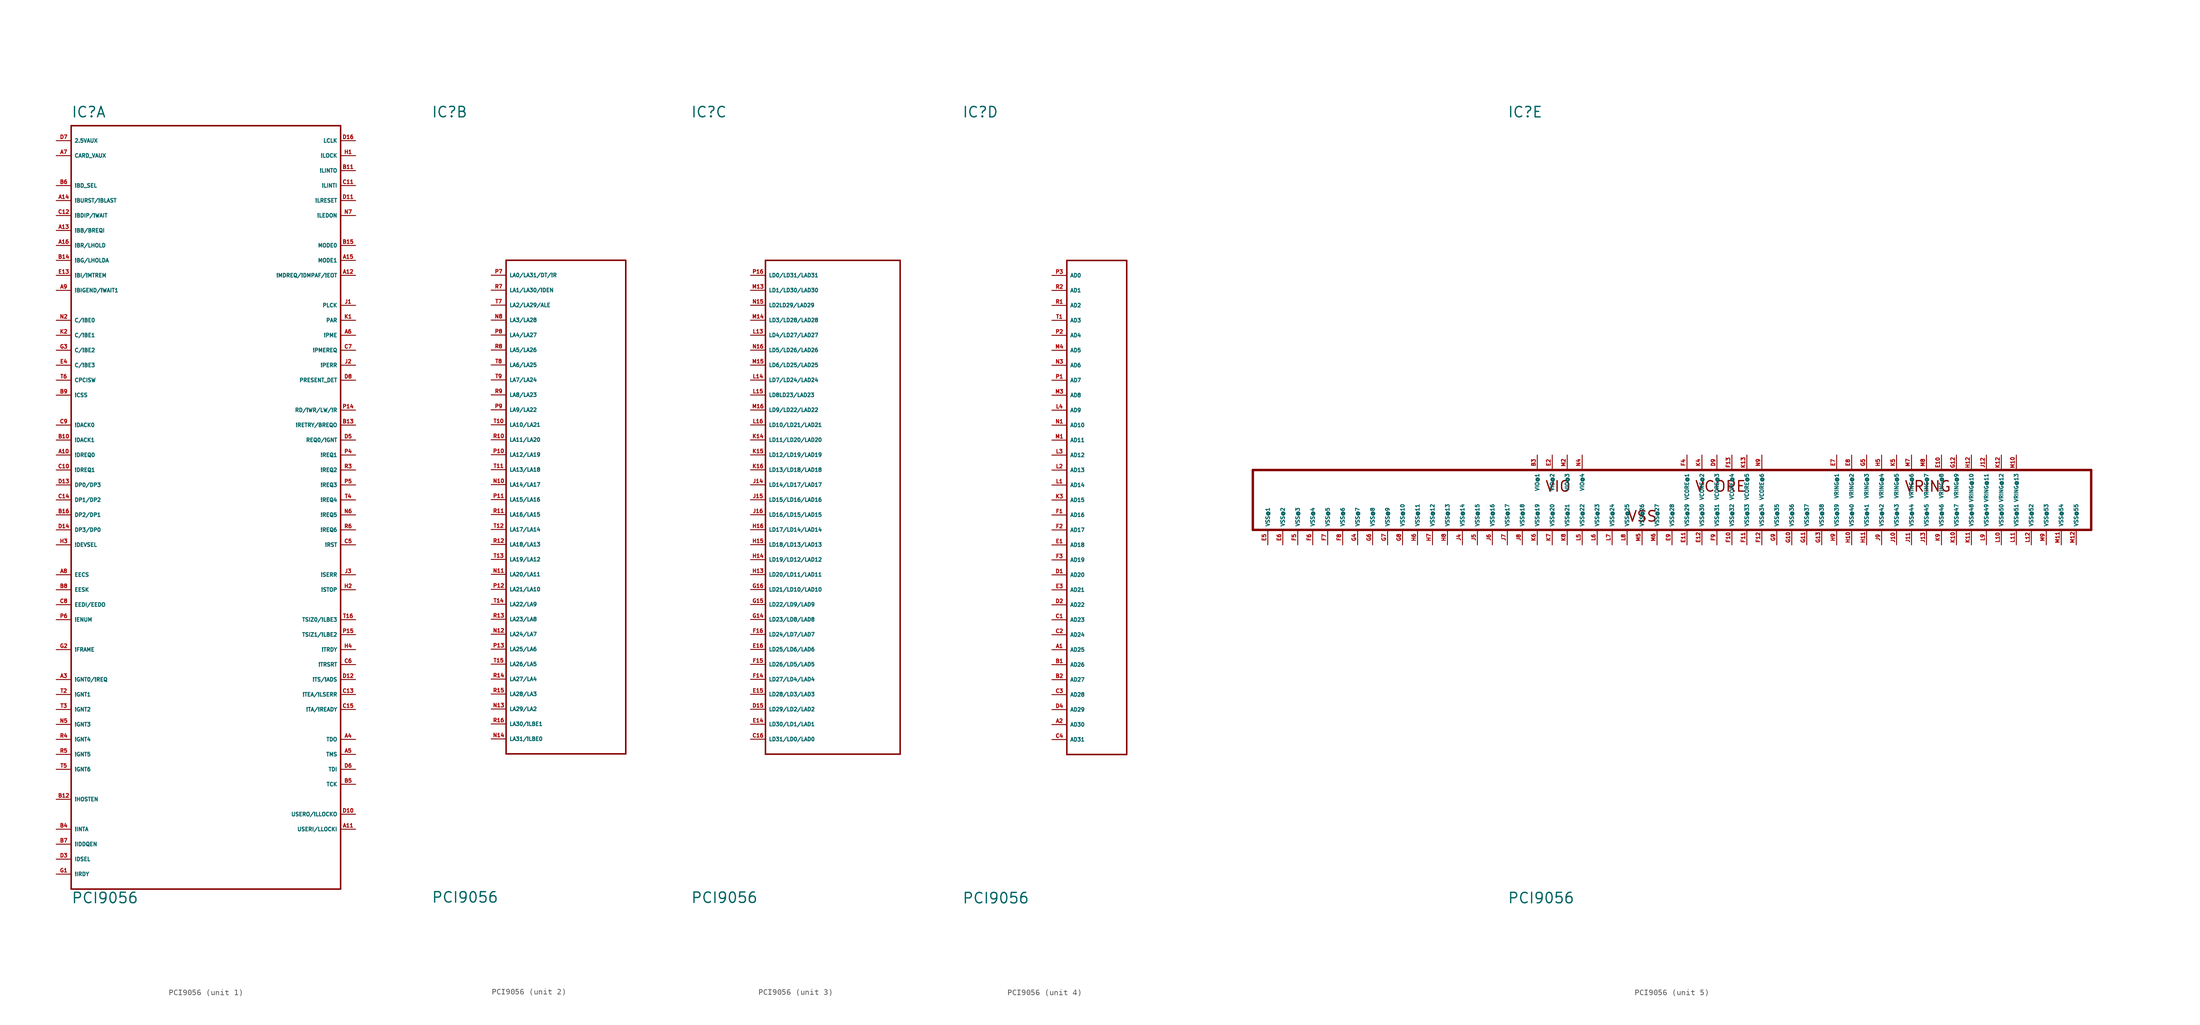
<source format=kicad_sym>
(kicad_symbol_lib
  (version 20220914)
  (generator Eagle2Kicad)
  (symbol "PCI9056"
    (property "Reference" "IC"
      (at -22.86 64.77 0)
      (effects (font (size 1.778 1.778) (thickness 0.22)) (justify left bottom)))
    (property "Value" "PCI9056"
      (at -22.86 -68.58 0)
      (effects (font (size 1.778 1.778) (thickness 0.22)) (justify left bottom)))
    (symbol "PCI9056_1_0"
      (polyline (pts (xy -22.86 63.5) (xy -22.86 -66.04)) (stroke (width 0.254) (type default)) (fill (type none)))
      (polyline (pts (xy -22.86 -66.04) (xy 22.86 -66.04)) (stroke (width 0.254) (type default)) (fill (type none)))
      (polyline (pts (xy 22.86 -66.04) (xy 22.86 63.5)) (stroke (width 0.254) (type default)) (fill (type none)))
      (polyline (pts (xy 22.86 63.5) (xy -22.86 63.5)) (stroke (width 0.254) (type default)) (fill (type none)))
      (pin bidirectional line (at -25.4 -63.5 0) (length 2.54) (name "!IRDY" (effects (font (size 0.635 0.635) (thickness 0.08)) (justify left bottom))) (number "G1" (effects (font (size 0.635 0.635) (thickness 0.08)) (justify left bottom))))
      (pin bidirectional line (at 25.4 58.42 180) (length 2.54) (name "!LOCK" (effects (font (size 0.635 0.635) (thickness 0.08)) (justify left bottom))) (number "H1" (effects (font (size 0.635 0.635) (thickness 0.08)) (justify left bottom))))
      (pin input line (at 25.4 33.02 180) (length 2.54) (name "PLCK" (effects (font (size 0.635 0.635) (thickness 0.08)) (justify left bottom))) (number "J1" (effects (font (size 0.635 0.635) (thickness 0.08)) (justify left bottom))))
      (pin bidirectional line (at 25.4 30.48 180) (length 2.54) (name "PAR" (effects (font (size 0.635 0.635) (thickness 0.08)) (justify left bottom))) (number "K1" (effects (font (size 0.635 0.635) (thickness 0.08)) (justify left bottom))))
      (pin bidirectional line (at -25.4 -25.4 0) (length 2.54) (name "!FRAME" (effects (font (size 0.635 0.635) (thickness 0.08)) (justify left bottom))) (number "G2" (effects (font (size 0.635 0.635) (thickness 0.08)) (justify left bottom))))
      (pin bidirectional line (at 25.4 -15.24 180) (length 2.54) (name "!STOP" (effects (font (size 0.635 0.635) (thickness 0.08)) (justify left bottom))) (number "H2" (effects (font (size 0.635 0.635) (thickness 0.08)) (justify left bottom))))
      (pin bidirectional line (at 25.4 22.86 180) (length 2.54) (name "!PERR" (effects (font (size 0.635 0.635) (thickness 0.08)) (justify left bottom))) (number "J2" (effects (font (size 0.635 0.635) (thickness 0.08)) (justify left bottom))))
      (pin bidirectional line (at -25.4 27.94 0) (length 2.54) (name "C/!BE1" (effects (font (size 0.635 0.635) (thickness 0.08)) (justify left bottom))) (number "K2" (effects (font (size 0.635 0.635) (thickness 0.08)) (justify left bottom))))
      (pin bidirectional line (at -25.4 30.48 0) (length 2.54) (name "C/!BE0" (effects (font (size 0.635 0.635) (thickness 0.08)) (justify left bottom))) (number "N2" (effects (font (size 0.635 0.635) (thickness 0.08)) (justify left bottom))))
      (pin output line (at -25.4 -33.02 0) (length 2.54) (name "!GNT1" (effects (font (size 0.635 0.635) (thickness 0.08)) (justify left bottom))) (number "T2" (effects (font (size 0.635 0.635) (thickness 0.08)) (justify left bottom))))
      (pin output line (at -25.4 -30.48 0) (length 2.54) (name "!GNT0/!REQ" (effects (font (size 0.635 0.635) (thickness 0.08)) (justify left bottom))) (number "A3" (effects (font (size 0.635 0.635) (thickness 0.08)) (justify left bottom))))
      (pin input line (at -25.4 -60.96 0) (length 2.54) (name "IDSEL" (effects (font (size 0.635 0.635) (thickness 0.08)) (justify left bottom))) (number "D3" (effects (font (size 0.635 0.635) (thickness 0.08)) (justify left bottom))))
      (pin bidirectional line (at -25.4 25.4 0) (length 2.54) (name "C/!BE2" (effects (font (size 0.635 0.635) (thickness 0.08)) (justify left bottom))) (number "G3" (effects (font (size 0.635 0.635) (thickness 0.08)) (justify left bottom))))
      (pin bidirectional line (at -25.4 -7.62 0) (length 2.54) (name "!DEVSEL" (effects (font (size 0.635 0.635) (thickness 0.08)) (justify left bottom))) (number "H3" (effects (font (size 0.635 0.635) (thickness 0.08)) (justify left bottom))))
      (pin bidirectional line (at 25.4 -12.7 180) (length 2.54) (name "!SERR" (effects (font (size 0.635 0.635) (thickness 0.08)) (justify left bottom))) (number "J3" (effects (font (size 0.635 0.635) (thickness 0.08)) (justify left bottom))))
      (pin input line (at 25.4 5.08 180) (length 2.54) (name "!REQ2" (effects (font (size 0.635 0.635) (thickness 0.08)) (justify left bottom))) (number "R3" (effects (font (size 0.635 0.635) (thickness 0.08)) (justify left bottom))))
      (pin output line (at -25.4 -35.56 0) (length 2.54) (name "!GNT2" (effects (font (size 0.635 0.635) (thickness 0.08)) (justify left bottom))) (number "T3" (effects (font (size 0.635 0.635) (thickness 0.08)) (justify left bottom))))
      (pin bidirectional line (at 25.4 -40.64 180) (length 2.54) (name "TDO" (effects (font (size 0.635 0.635) (thickness 0.08)) (justify left bottom))) (number "A4" (effects (font (size 0.635 0.635) (thickness 0.08)) (justify left bottom))))
      (pin bidirectional line (at -25.4 -55.88 0) (length 2.54) (name "!INTA" (effects (font (size 0.635 0.635) (thickness 0.08)) (justify left bottom))) (number "B4" (effects (font (size 0.635 0.635) (thickness 0.08)) (justify left bottom))))
      (pin bidirectional line (at -25.4 22.86 0) (length 2.54) (name "C/!BE3" (effects (font (size 0.635 0.635) (thickness 0.08)) (justify left bottom))) (number "E4" (effects (font (size 0.635 0.635) (thickness 0.08)) (justify left bottom))))
      (pin bidirectional line (at 25.4 -25.4 180) (length 2.54) (name "!TRDY" (effects (font (size 0.635 0.635) (thickness 0.08)) (justify left bottom))) (number "H4" (effects (font (size 0.635 0.635) (thickness 0.08)) (justify left bottom))))
      (pin input line (at 25.4 7.62 180) (length 2.54) (name "!REQ1" (effects (font (size 0.635 0.635) (thickness 0.08)) (justify left bottom))) (number "P4" (effects (font (size 0.635 0.635) (thickness 0.08)) (justify left bottom))))
      (pin output line (at -25.4 -40.64 0) (length 2.54) (name "!GNT4" (effects (font (size 0.635 0.635) (thickness 0.08)) (justify left bottom))) (number "R4" (effects (font (size 0.635 0.635) (thickness 0.08)) (justify left bottom))))
      (pin input line (at 25.4 0 180) (length 2.54) (name "!REQ4" (effects (font (size 0.635 0.635) (thickness 0.08)) (justify left bottom))) (number "T4" (effects (font (size 0.635 0.635) (thickness 0.08)) (justify left bottom))))
      (pin input line (at 25.4 -43.18 180) (length 2.54) (name "TMS" (effects (font (size 0.635 0.635) (thickness 0.08)) (justify left bottom))) (number "A5" (effects (font (size 0.635 0.635) (thickness 0.08)) (justify left bottom))))
      (pin input line (at 25.4 -48.26 180) (length 2.54) (name "TCK" (effects (font (size 0.635 0.635) (thickness 0.08)) (justify left bottom))) (number "B5" (effects (font (size 0.635 0.635) (thickness 0.08)) (justify left bottom))))
      (pin bidirectional line (at 25.4 -7.62 180) (length 2.54) (name "!RST" (effects (font (size 0.635 0.635) (thickness 0.08)) (justify left bottom))) (number "C5" (effects (font (size 0.635 0.635) (thickness 0.08)) (justify left bottom))))
      (pin input line (at 25.4 10.16 180) (length 2.54) (name "REQ0/!GNT" (effects (font (size 0.635 0.635) (thickness 0.08)) (justify left bottom))) (number "D5" (effects (font (size 0.635 0.635) (thickness 0.08)) (justify left bottom))))
      (pin output line (at -25.4 -38.1 0) (length 2.54) (name "!GNT3" (effects (font (size 0.635 0.635) (thickness 0.08)) (justify left bottom))) (number "N5" (effects (font (size 0.635 0.635) (thickness 0.08)) (justify left bottom))))
      (pin input line (at 25.4 2.54 180) (length 2.54) (name "!REQ3" (effects (font (size 0.635 0.635) (thickness 0.08)) (justify left bottom))) (number "P5" (effects (font (size 0.635 0.635) (thickness 0.08)) (justify left bottom))))
      (pin output line (at -25.4 -43.18 0) (length 2.54) (name "!GNT5" (effects (font (size 0.635 0.635) (thickness 0.08)) (justify left bottom))) (number "R5" (effects (font (size 0.635 0.635) (thickness 0.08)) (justify left bottom))))
      (pin output line (at -25.4 -45.72 0) (length 2.54) (name "!GNT6" (effects (font (size 0.635 0.635) (thickness 0.08)) (justify left bottom))) (number "T5" (effects (font (size 0.635 0.635) (thickness 0.08)) (justify left bottom))))
      (pin bidirectional line (at 25.4 27.94 180) (length 2.54) (name "!PME" (effects (font (size 0.635 0.635) (thickness 0.08)) (justify left bottom))) (number "A6" (effects (font (size 0.635 0.635) (thickness 0.08)) (justify left bottom))))
      (pin input line (at -25.4 53.34 0) (length 2.54) (name "!BD_SEL" (effects (font (size 0.635 0.635) (thickness 0.08)) (justify left bottom))) (number "B6" (effects (font (size 0.635 0.635) (thickness 0.08)) (justify left bottom))))
      (pin input line (at 25.4 -27.94 180) (length 2.54) (name "!TRSRT" (effects (font (size 0.635 0.635) (thickness 0.08)) (justify left bottom))) (number "C6" (effects (font (size 0.635 0.635) (thickness 0.08)) (justify left bottom))))
      (pin input line (at 25.4 -45.72 180) (length 2.54) (name "TDI" (effects (font (size 0.635 0.635) (thickness 0.08)) (justify left bottom))) (number "D6" (effects (font (size 0.635 0.635) (thickness 0.08)) (justify left bottom))))
      (pin input line (at 25.4 -2.54 180) (length 2.54) (name "!REQ5" (effects (font (size 0.635 0.635) (thickness 0.08)) (justify left bottom))) (number "N6" (effects (font (size 0.635 0.635) (thickness 0.08)) (justify left bottom))))
      (pin output line (at -25.4 -20.32 0) (length 2.54) (name "!ENUM" (effects (font (size 0.635 0.635) (thickness 0.08)) (justify left bottom))) (number "P6" (effects (font (size 0.635 0.635) (thickness 0.08)) (justify left bottom))))
      (pin input line (at 25.4 -5.08 180) (length 2.54) (name "!REQ6" (effects (font (size 0.635 0.635) (thickness 0.08)) (justify left bottom))) (number "R6" (effects (font (size 0.635 0.635) (thickness 0.08)) (justify left bottom))))
      (pin input line (at -25.4 20.32 0) (length 2.54) (name "CPCISW" (effects (font (size 0.635 0.635) (thickness 0.08)) (justify left bottom))) (number "T6" (effects (font (size 0.635 0.635) (thickness 0.08)) (justify left bottom))))
      (pin input line (at -25.4 -58.42 0) (length 2.54) (name "!IDDQEN" (effects (font (size 0.635 0.635) (thickness 0.08)) (justify left bottom))) (number "B7" (effects (font (size 0.635 0.635) (thickness 0.08)) (justify left bottom))))
      (pin input line (at 25.4 25.4 180) (length 2.54) (name "!PMEREQ" (effects (font (size 0.635 0.635) (thickness 0.08)) (justify left bottom))) (number "C7" (effects (font (size 0.635 0.635) (thickness 0.08)) (justify left bottom))))
      (pin output line (at 25.4 48.26 180) (length 2.54) (name "!LEDON" (effects (font (size 0.635 0.635) (thickness 0.08)) (justify left bottom))) (number "N7" (effects (font (size 0.635 0.635) (thickness 0.08)) (justify left bottom))))
      (pin output line (at -25.4 -12.7 0) (length 2.54) (name "EECS" (effects (font (size 0.635 0.635) (thickness 0.08)) (justify left bottom))) (number "A8" (effects (font (size 0.635 0.635) (thickness 0.08)) (justify left bottom))))
      (pin output line (at -25.4 -15.24 0) (length 2.54) (name "EESK" (effects (font (size 0.635 0.635) (thickness 0.08)) (justify left bottom))) (number "B8" (effects (font (size 0.635 0.635) (thickness 0.08)) (justify left bottom))))
      (pin bidirectional line (at -25.4 -17.78 0) (length 2.54) (name "EEDI/EEDO" (effects (font (size 0.635 0.635) (thickness 0.08)) (justify left bottom))) (number "C8" (effects (font (size 0.635 0.635) (thickness 0.08)) (justify left bottom))))
      (pin input line (at 25.4 20.32 180) (length 2.54) (name "PRESENT_DET" (effects (font (size 0.635 0.635) (thickness 0.08)) (justify left bottom))) (number "D8" (effects (font (size 0.635 0.635) (thickness 0.08)) (justify left bottom))))
      (pin input line (at -25.4 17.78 0) (length 2.54) (name "!CSS" (effects (font (size 0.635 0.635) (thickness 0.08)) (justify left bottom))) (number "B9" (effects (font (size 0.635 0.635) (thickness 0.08)) (justify left bottom))))
      (pin output line (at -25.4 12.7 0) (length 2.54) (name "!DACK0" (effects (font (size 0.635 0.635) (thickness 0.08)) (justify left bottom))) (number "C9" (effects (font (size 0.635 0.635) (thickness 0.08)) (justify left bottom))))
      (pin input line (at -25.4 7.62 0) (length 2.54) (name "!DREQ0" (effects (font (size 0.635 0.635) (thickness 0.08)) (justify left bottom))) (number "A10" (effects (font (size 0.635 0.635) (thickness 0.08)) (justify left bottom))))
      (pin output line (at -25.4 10.16 0) (length 2.54) (name "!DACK1" (effects (font (size 0.635 0.635) (thickness 0.08)) (justify left bottom))) (number "B10" (effects (font (size 0.635 0.635) (thickness 0.08)) (justify left bottom))))
      (pin input line (at -25.4 5.08 0) (length 2.54) (name "!DREQ1" (effects (font (size 0.635 0.635) (thickness 0.08)) (justify left bottom))) (number "C10" (effects (font (size 0.635 0.635) (thickness 0.08)) (justify left bottom))))
      (pin bidirectional line (at 25.4 -53.34 180) (length 2.54) (name "USERO/!LLOCKO" (effects (font (size 0.635 0.635) (thickness 0.08)) (justify left bottom))) (number "D10" (effects (font (size 0.635 0.635) (thickness 0.08)) (justify left bottom))))
      (pin input line (at 25.4 -55.88 180) (length 2.54) (name "USERI/LLOCKI" (effects (font (size 0.635 0.635) (thickness 0.08)) (justify left bottom))) (number "A11" (effects (font (size 0.635 0.635) (thickness 0.08)) (justify left bottom))))
      (pin output line (at 25.4 55.88 180) (length 2.54) (name "!LINTO" (effects (font (size 0.635 0.635) (thickness 0.08)) (justify left bottom))) (number "B11" (effects (font (size 0.635 0.635) (thickness 0.08)) (justify left bottom))))
      (pin input line (at 25.4 53.34 180) (length 2.54) (name "!LINTI" (effects (font (size 0.635 0.635) (thickness 0.08)) (justify left bottom))) (number "C11" (effects (font (size 0.635 0.635) (thickness 0.08)) (justify left bottom))))
      (pin bidirectional line (at 25.4 50.8 180) (length 2.54) (name "!LRESET" (effects (font (size 0.635 0.635) (thickness 0.08)) (justify left bottom))) (number "D11" (effects (font (size 0.635 0.635) (thickness 0.08)) (justify left bottom))))
      (pin bidirectional line (at 25.4 38.1 180) (length 2.54) (name "!MDREQ/!DMPAF/!EOT" (effects (font (size 0.635 0.635) (thickness 0.08)) (justify left bottom))) (number "A12" (effects (font (size 0.635 0.635) (thickness 0.08)) (justify left bottom))))
      (pin input line (at -25.4 -50.8 0) (length 2.54) (name "!HOSTEN" (effects (font (size 0.635 0.635) (thickness 0.08)) (justify left bottom))) (number "B12" (effects (font (size 0.635 0.635) (thickness 0.08)) (justify left bottom))))
      (pin bidirectional line (at -25.4 48.26 0) (length 2.54) (name "!BDIP/!WAIT" (effects (font (size 0.635 0.635) (thickness 0.08)) (justify left bottom))) (number "C12" (effects (font (size 0.635 0.635) (thickness 0.08)) (justify left bottom))))
      (pin bidirectional line (at 25.4 -30.48 180) (length 2.54) (name "!TS/!ADS" (effects (font (size 0.635 0.635) (thickness 0.08)) (justify left bottom))) (number "D12" (effects (font (size 0.635 0.635) (thickness 0.08)) (justify left bottom))))
      (pin input line (at -25.4 45.72 0) (length 2.54) (name "!BB/BREQI" (effects (font (size 0.635 0.635) (thickness 0.08)) (justify left bottom))) (number "A13" (effects (font (size 0.635 0.635) (thickness 0.08)) (justify left bottom))))
      (pin output line (at 25.4 12.7 180) (length 2.54) (name "!RETRY/BREQO" (effects (font (size 0.635 0.635) (thickness 0.08)) (justify left bottom))) (number "B13" (effects (font (size 0.635 0.635) (thickness 0.08)) (justify left bottom))))
      (pin bidirectional line (at 25.4 -33.02 180) (length 2.54) (name "!TEA/!LSERR" (effects (font (size 0.635 0.635) (thickness 0.08)) (justify left bottom))) (number "C13" (effects (font (size 0.635 0.635) (thickness 0.08)) (justify left bottom))))
      (pin bidirectional line (at -25.4 2.54 0) (length 2.54) (name "DP0/DP3" (effects (font (size 0.635 0.635) (thickness 0.08)) (justify left bottom))) (number "D13" (effects (font (size 0.635 0.635) (thickness 0.08)) (justify left bottom))))
      (pin input line (at -25.4 38.1 0) (length 2.54) (name "!BI/!MTREM" (effects (font (size 0.635 0.635) (thickness 0.08)) (justify left bottom))) (number "E13" (effects (font (size 0.635 0.635) (thickness 0.08)) (justify left bottom))))
      (pin bidirectional line (at -25.4 50.8 0) (length 2.54) (name "!BURST/!BLAST" (effects (font (size 0.635 0.635) (thickness 0.08)) (justify left bottom))) (number "A14" (effects (font (size 0.635 0.635) (thickness 0.08)) (justify left bottom))))
      (pin input line (at -25.4 40.64 0) (length 2.54) (name "!BG/LHOLDA" (effects (font (size 0.635 0.635) (thickness 0.08)) (justify left bottom))) (number "B14" (effects (font (size 0.635 0.635) (thickness 0.08)) (justify left bottom))))
      (pin bidirectional line (at -25.4 0 0) (length 2.54) (name "DP1/DP2" (effects (font (size 0.635 0.635) (thickness 0.08)) (justify left bottom))) (number "C14" (effects (font (size 0.635 0.635) (thickness 0.08)) (justify left bottom))))
      (pin bidirectional line (at -25.4 -5.08 0) (length 2.54) (name "DP3/DP0" (effects (font (size 0.635 0.635) (thickness 0.08)) (justify left bottom))) (number "D14" (effects (font (size 0.635 0.635) (thickness 0.08)) (justify left bottom))))
      (pin bidirectional line (at 25.4 15.24 180) (length 2.54) (name "RD/!WR/LW/!R" (effects (font (size 0.635 0.635) (thickness 0.08)) (justify left bottom))) (number "P14" (effects (font (size 0.635 0.635) (thickness 0.08)) (justify left bottom))))
      (pin input line (at 25.4 40.64 180) (length 2.54) (name "MODE1" (effects (font (size 0.635 0.635) (thickness 0.08)) (justify left bottom))) (number "A15" (effects (font (size 0.635 0.635) (thickness 0.08)) (justify left bottom))))
      (pin input line (at 25.4 43.18 180) (length 2.54) (name "MODE0" (effects (font (size 0.635 0.635) (thickness 0.08)) (justify left bottom))) (number "B15" (effects (font (size 0.635 0.635) (thickness 0.08)) (justify left bottom))))
      (pin bidirectional line (at 25.4 -35.56 180) (length 2.54) (name "!TA/!READY" (effects (font (size 0.635 0.635) (thickness 0.08)) (justify left bottom))) (number "C15" (effects (font (size 0.635 0.635) (thickness 0.08)) (justify left bottom))))
      (pin bidirectional line (at 25.4 -22.86 180) (length 2.54) (name "TSIZ1/!LBE2" (effects (font (size 0.635 0.635) (thickness 0.08)) (justify left bottom))) (number "P15" (effects (font (size 0.635 0.635) (thickness 0.08)) (justify left bottom))))
      (pin output line (at -25.4 43.18 0) (length 2.54) (name "!BR/LHOLD" (effects (font (size 0.635 0.635) (thickness 0.08)) (justify left bottom))) (number "A16" (effects (font (size 0.635 0.635) (thickness 0.08)) (justify left bottom))))
      (pin bidirectional line (at -25.4 -2.54 0) (length 2.54) (name "DP2/DP1" (effects (font (size 0.635 0.635) (thickness 0.08)) (justify left bottom))) (number "B16" (effects (font (size 0.635 0.635) (thickness 0.08)) (justify left bottom))))
      (pin input line (at 25.4 60.96 180) (length 2.54) (name "LCLK" (effects (font (size 0.635 0.635) (thickness 0.08)) (justify left bottom))) (number "D16" (effects (font (size 0.635 0.635) (thickness 0.08)) (justify left bottom))))
      (pin bidirectional line (at 25.4 -20.32 180) (length 2.54) (name "TSIZ0/!LBE3" (effects (font (size 0.635 0.635) (thickness 0.08)) (justify left bottom))) (number "T16" (effects (font (size 0.635 0.635) (thickness 0.08)) (justify left bottom))))
      (pin unspecified line (at -25.4 60.96 0) (length 2.54) (name "2.5VAUX" (effects (font (size 0.635 0.635) (thickness 0.08)) (justify left bottom))) (number "D7" (effects (font (size 0.635 0.635) (thickness 0.08)) (justify left bottom))))
      (pin unspecified line (at -25.4 58.42 0) (length 2.54) (name "CARD_VAUX" (effects (font (size 0.635 0.635) (thickness 0.08)) (justify left bottom))) (number "A7" (effects (font (size 0.635 0.635) (thickness 0.08)) (justify left bottom))))
      (pin bidirectional line (at -25.4 35.56 0) (length 2.54) (name "!BIGEND/!WAIT1" (effects (font (size 0.635 0.635) (thickness 0.08)) (justify left bottom))) (number "A9" (effects (font (size 0.635 0.635) (thickness 0.08)) (justify left bottom)))))
    (symbol "PCI9056_2_0"
      (polyline (pts (xy -10.16 40.64) (xy -10.16 -43.18)) (stroke (width 0.254) (type default)) (fill (type none)))
      (polyline (pts (xy -10.16 -43.18) (xy 10.16 -43.18)) (stroke (width 0.254) (type default)) (fill (type none)))
      (polyline (pts (xy 10.16 -43.18) (xy 10.16 40.64)) (stroke (width 0.254) (type default)) (fill (type none)))
      (polyline (pts (xy 10.16 40.64) (xy -10.16 40.64)) (stroke (width 0.254) (type default)) (fill (type none)))
      (pin input line (at -12.7 38.1 0) (length 2.54) (name "LA0/LA31/DT/!R" (effects (font (size 0.635 0.635) (thickness 0.08)) (justify left bottom))) (number "P7" (effects (font (size 0.635 0.635) (thickness 0.08)) (justify left bottom))))
      (pin input line (at -12.7 35.56 0) (length 2.54) (name "LA1/LA30/!DEN" (effects (font (size 0.635 0.635) (thickness 0.08)) (justify left bottom))) (number "R7" (effects (font (size 0.635 0.635) (thickness 0.08)) (justify left bottom))))
      (pin input line (at -12.7 33.02 0) (length 2.54) (name "LA2/LA29/ALE" (effects (font (size 0.635 0.635) (thickness 0.08)) (justify left bottom))) (number "T7" (effects (font (size 0.635 0.635) (thickness 0.08)) (justify left bottom))))
      (pin input line (at -12.7 30.48 0) (length 2.54) (name "LA3/LA28" (effects (font (size 0.635 0.635) (thickness 0.08)) (justify left bottom))) (number "N8" (effects (font (size 0.635 0.635) (thickness 0.08)) (justify left bottom))))
      (pin input line (at -12.7 27.94 0) (length 2.54) (name "LA4/LA27" (effects (font (size 0.635 0.635) (thickness 0.08)) (justify left bottom))) (number "P8" (effects (font (size 0.635 0.635) (thickness 0.08)) (justify left bottom))))
      (pin input line (at -12.7 25.4 0) (length 2.54) (name "LA5/LA26" (effects (font (size 0.635 0.635) (thickness 0.08)) (justify left bottom))) (number "R8" (effects (font (size 0.635 0.635) (thickness 0.08)) (justify left bottom))))
      (pin input line (at -12.7 22.86 0) (length 2.54) (name "LA6/LA25" (effects (font (size 0.635 0.635) (thickness 0.08)) (justify left bottom))) (number "T8" (effects (font (size 0.635 0.635) (thickness 0.08)) (justify left bottom))))
      (pin input line (at -12.7 15.24 0) (length 2.54) (name "LA9/LA22" (effects (font (size 0.635 0.635) (thickness 0.08)) (justify left bottom))) (number "P9" (effects (font (size 0.635 0.635) (thickness 0.08)) (justify left bottom))))
      (pin input line (at -12.7 17.78 0) (length 2.54) (name "LA8/LA23" (effects (font (size 0.635 0.635) (thickness 0.08)) (justify left bottom))) (number "R9" (effects (font (size 0.635 0.635) (thickness 0.08)) (justify left bottom))))
      (pin input line (at -12.7 20.32 0) (length 2.54) (name "LA7/LA24" (effects (font (size 0.635 0.635) (thickness 0.08)) (justify left bottom))) (number "T9" (effects (font (size 0.635 0.635) (thickness 0.08)) (justify left bottom))))
      (pin input line (at -12.7 2.54 0) (length 2.54) (name "LA14/LA17" (effects (font (size 0.635 0.635) (thickness 0.08)) (justify left bottom))) (number "N10" (effects (font (size 0.635 0.635) (thickness 0.08)) (justify left bottom))))
      (pin input line (at -12.7 7.62 0) (length 2.54) (name "LA12/LA19" (effects (font (size 0.635 0.635) (thickness 0.08)) (justify left bottom))) (number "P10" (effects (font (size 0.635 0.635) (thickness 0.08)) (justify left bottom))))
      (pin input line (at -12.7 10.16 0) (length 2.54) (name "LA11/LA20" (effects (font (size 0.635 0.635) (thickness 0.08)) (justify left bottom))) (number "R10" (effects (font (size 0.635 0.635) (thickness 0.08)) (justify left bottom))))
      (pin input line (at -12.7 12.7 0) (length 2.54) (name "LA10/LA21" (effects (font (size 0.635 0.635) (thickness 0.08)) (justify left bottom))) (number "T10" (effects (font (size 0.635 0.635) (thickness 0.08)) (justify left bottom))))
      (pin input line (at -12.7 -12.7 0) (length 2.54) (name "LA20/LA11" (effects (font (size 0.635 0.635) (thickness 0.08)) (justify left bottom))) (number "N11" (effects (font (size 0.635 0.635) (thickness 0.08)) (justify left bottom))))
      (pin input line (at -12.7 0 0) (length 2.54) (name "LA15/LA16" (effects (font (size 0.635 0.635) (thickness 0.08)) (justify left bottom))) (number "P11" (effects (font (size 0.635 0.635) (thickness 0.08)) (justify left bottom))))
      (pin input line (at -12.7 -2.54 0) (length 2.54) (name "LA16/LA15" (effects (font (size 0.635 0.635) (thickness 0.08)) (justify left bottom))) (number "R11" (effects (font (size 0.635 0.635) (thickness 0.08)) (justify left bottom))))
      (pin input line (at -12.7 5.08 0) (length 2.54) (name "LA13/LA18" (effects (font (size 0.635 0.635) (thickness 0.08)) (justify left bottom))) (number "T11" (effects (font (size 0.635 0.635) (thickness 0.08)) (justify left bottom))))
      (pin input line (at -12.7 -22.86 0) (length 2.54) (name "LA24/LA7" (effects (font (size 0.635 0.635) (thickness 0.08)) (justify left bottom))) (number "N12" (effects (font (size 0.635 0.635) (thickness 0.08)) (justify left bottom))))
      (pin input line (at -12.7 -15.24 0) (length 2.54) (name "LA21/LA10" (effects (font (size 0.635 0.635) (thickness 0.08)) (justify left bottom))) (number "P12" (effects (font (size 0.635 0.635) (thickness 0.08)) (justify left bottom))))
      (pin input line (at -12.7 -7.62 0) (length 2.54) (name "LA18/LA13" (effects (font (size 0.635 0.635) (thickness 0.08)) (justify left bottom))) (number "R12" (effects (font (size 0.635 0.635) (thickness 0.08)) (justify left bottom))))
      (pin input line (at -12.7 -5.08 0) (length 2.54) (name "LA17/LA14" (effects (font (size 0.635 0.635) (thickness 0.08)) (justify left bottom))) (number "T12" (effects (font (size 0.635 0.635) (thickness 0.08)) (justify left bottom))))
      (pin input line (at -12.7 -35.56 0) (length 2.54) (name "LA29/LA2" (effects (font (size 0.635 0.635) (thickness 0.08)) (justify left bottom))) (number "N13" (effects (font (size 0.635 0.635) (thickness 0.08)) (justify left bottom))))
      (pin input line (at -12.7 -25.4 0) (length 2.54) (name "LA25/LA6" (effects (font (size 0.635 0.635) (thickness 0.08)) (justify left bottom))) (number "P13" (effects (font (size 0.635 0.635) (thickness 0.08)) (justify left bottom))))
      (pin input line (at -12.7 -20.32 0) (length 2.54) (name "LA23/LA8" (effects (font (size 0.635 0.635) (thickness 0.08)) (justify left bottom))) (number "R13" (effects (font (size 0.635 0.635) (thickness 0.08)) (justify left bottom))))
      (pin input line (at -12.7 -10.16 0) (length 2.54) (name "LA19/LA12" (effects (font (size 0.635 0.635) (thickness 0.08)) (justify left bottom))) (number "T13" (effects (font (size 0.635 0.635) (thickness 0.08)) (justify left bottom))))
      (pin input line (at -12.7 -40.64 0) (length 2.54) (name "LA31/!LBE0" (effects (font (size 0.635 0.635) (thickness 0.08)) (justify left bottom))) (number "N14" (effects (font (size 0.635 0.635) (thickness 0.08)) (justify left bottom))))
      (pin input line (at -12.7 -30.48 0) (length 2.54) (name "LA27/LA4" (effects (font (size 0.635 0.635) (thickness 0.08)) (justify left bottom))) (number "R14" (effects (font (size 0.635 0.635) (thickness 0.08)) (justify left bottom))))
      (pin input line (at -12.7 -17.78 0) (length 2.54) (name "LA22/LA9" (effects (font (size 0.635 0.635) (thickness 0.08)) (justify left bottom))) (number "T14" (effects (font (size 0.635 0.635) (thickness 0.08)) (justify left bottom))))
      (pin input line (at -12.7 -33.02 0) (length 2.54) (name "LA28/LA3" (effects (font (size 0.635 0.635) (thickness 0.08)) (justify left bottom))) (number "R15" (effects (font (size 0.635 0.635) (thickness 0.08)) (justify left bottom))))
      (pin input line (at -12.7 -27.94 0) (length 2.54) (name "LA26/LA5" (effects (font (size 0.635 0.635) (thickness 0.08)) (justify left bottom))) (number "T15" (effects (font (size 0.635 0.635) (thickness 0.08)) (justify left bottom))))
      (pin input line (at -12.7 -38.1 0) (length 2.54) (name "LA30/!LBE1" (effects (font (size 0.635 0.635) (thickness 0.08)) (justify left bottom))) (number "R16" (effects (font (size 0.635 0.635) (thickness 0.08)) (justify left bottom)))))
    (symbol "PCI9056_3_0"
      (polyline (pts (xy -10.16 40.64) (xy -10.16 -43.18)) (stroke (width 0.254) (type default)) (fill (type none)))
      (polyline (pts (xy -10.16 -43.18) (xy 12.7 -43.18)) (stroke (width 0.254) (type default)) (fill (type none)))
      (polyline (pts (xy 12.7 -43.18) (xy 12.7 40.64)) (stroke (width 0.254) (type default)) (fill (type none)))
      (polyline (pts (xy 12.7 40.64) (xy -10.16 40.64)) (stroke (width 0.254) (type default)) (fill (type none)))
      (pin input line (at -12.7 -12.7 0) (length 2.54) (name "LD20/LD11/LAD11" (effects (font (size 0.635 0.635) (thickness 0.08)) (justify left bottom))) (number "H13" (effects (font (size 0.635 0.635) (thickness 0.08)) (justify left bottom))))
      (pin input line (at -12.7 27.94 0) (length 2.54) (name "LD4/LD27/LAD27" (effects (font (size 0.635 0.635) (thickness 0.08)) (justify left bottom))) (number "L13" (effects (font (size 0.635 0.635) (thickness 0.08)) (justify left bottom))))
      (pin input line (at -12.7 35.56 0) (length 2.54) (name "LD1/LD30/LAD30" (effects (font (size 0.635 0.635) (thickness 0.08)) (justify left bottom))) (number "M13" (effects (font (size 0.635 0.635) (thickness 0.08)) (justify left bottom))))
      (pin input line (at -12.7 -38.1 0) (length 2.54) (name "LD30/LD1/LAD1" (effects (font (size 0.635 0.635) (thickness 0.08)) (justify left bottom))) (number "E14" (effects (font (size 0.635 0.635) (thickness 0.08)) (justify left bottom))))
      (pin input line (at -12.7 -30.48 0) (length 2.54) (name "LD27/LD4/LAD4" (effects (font (size 0.635 0.635) (thickness 0.08)) (justify left bottom))) (number "F14" (effects (font (size 0.635 0.635) (thickness 0.08)) (justify left bottom))))
      (pin input line (at -12.7 -20.32 0) (length 2.54) (name "LD23/LD8/LAD8" (effects (font (size 0.635 0.635) (thickness 0.08)) (justify left bottom))) (number "G14" (effects (font (size 0.635 0.635) (thickness 0.08)) (justify left bottom))))
      (pin input line (at -12.7 -10.16 0) (length 2.54) (name "LD19/LD12/LAD12" (effects (font (size 0.635 0.635) (thickness 0.08)) (justify left bottom))) (number "H14" (effects (font (size 0.635 0.635) (thickness 0.08)) (justify left bottom))))
      (pin input line (at -12.7 2.54 0) (length 2.54) (name "LD14/LD17/LAD17" (effects (font (size 0.635 0.635) (thickness 0.08)) (justify left bottom))) (number "J14" (effects (font (size 0.635 0.635) (thickness 0.08)) (justify left bottom))))
      (pin input line (at -12.7 10.16 0) (length 2.54) (name "LD11/LD20/LAD20" (effects (font (size 0.635 0.635) (thickness 0.08)) (justify left bottom))) (number "K14" (effects (font (size 0.635 0.635) (thickness 0.08)) (justify left bottom))))
      (pin input line (at -12.7 20.32 0) (length 2.54) (name "LD7/LD24/LAD24" (effects (font (size 0.635 0.635) (thickness 0.08)) (justify left bottom))) (number "L14" (effects (font (size 0.635 0.635) (thickness 0.08)) (justify left bottom))))
      (pin input line (at -12.7 30.48 0) (length 2.54) (name "LD3/LD28/LAD28" (effects (font (size 0.635 0.635) (thickness 0.08)) (justify left bottom))) (number "M14" (effects (font (size 0.635 0.635) (thickness 0.08)) (justify left bottom))))
      (pin input line (at -12.7 -33.02 0) (length 2.54) (name "LD28/LD3/LAD3" (effects (font (size 0.635 0.635) (thickness 0.08)) (justify left bottom))) (number "E15" (effects (font (size 0.635 0.635) (thickness 0.08)) (justify left bottom))))
      (pin input line (at -12.7 -27.94 0) (length 2.54) (name "LD26/LD5/LAD5" (effects (font (size 0.635 0.635) (thickness 0.08)) (justify left bottom))) (number "F15" (effects (font (size 0.635 0.635) (thickness 0.08)) (justify left bottom))))
      (pin input line (at -12.7 -17.78 0) (length 2.54) (name "LD22/LD9/LAD9" (effects (font (size 0.635 0.635) (thickness 0.08)) (justify left bottom))) (number "G15" (effects (font (size 0.635 0.635) (thickness 0.08)) (justify left bottom))))
      (pin input line (at -12.7 -7.62 0) (length 2.54) (name "LD18/LD13/LAD13" (effects (font (size 0.635 0.635) (thickness 0.08)) (justify left bottom))) (number "H15" (effects (font (size 0.635 0.635) (thickness 0.08)) (justify left bottom))))
      (pin input line (at -12.7 0 0) (length 2.54) (name "LD15/LD16/LAD16" (effects (font (size 0.635 0.635) (thickness 0.08)) (justify left bottom))) (number "J15" (effects (font (size 0.635 0.635) (thickness 0.08)) (justify left bottom))))
      (pin input line (at -12.7 7.62 0) (length 2.54) (name "LD12/LD19/LAD19" (effects (font (size 0.635 0.635) (thickness 0.08)) (justify left bottom))) (number "K15" (effects (font (size 0.635 0.635) (thickness 0.08)) (justify left bottom))))
      (pin input line (at -12.7 17.78 0) (length 2.54) (name "LD8LD23/LAD23" (effects (font (size 0.635 0.635) (thickness 0.08)) (justify left bottom))) (number "L15" (effects (font (size 0.635 0.635) (thickness 0.08)) (justify left bottom))))
      (pin input line (at -12.7 22.86 0) (length 2.54) (name "LD6/LD25/LAD25" (effects (font (size 0.635 0.635) (thickness 0.08)) (justify left bottom))) (number "M15" (effects (font (size 0.635 0.635) (thickness 0.08)) (justify left bottom))))
      (pin input line (at -12.7 33.02 0) (length 2.54) (name "LD2LD29/LAD29" (effects (font (size 0.635 0.635) (thickness 0.08)) (justify left bottom))) (number "N15" (effects (font (size 0.635 0.635) (thickness 0.08)) (justify left bottom))))
      (pin input line (at -12.7 -40.64 0) (length 2.54) (name "LD31/LD0/LAD0" (effects (font (size 0.635 0.635) (thickness 0.08)) (justify left bottom))) (number "C16" (effects (font (size 0.635 0.635) (thickness 0.08)) (justify left bottom))))
      (pin input line (at -12.7 -25.4 0) (length 2.54) (name "LD25/LD6/LAD6" (effects (font (size 0.635 0.635) (thickness 0.08)) (justify left bottom))) (number "E16" (effects (font (size 0.635 0.635) (thickness 0.08)) (justify left bottom))))
      (pin input line (at -12.7 -22.86 0) (length 2.54) (name "LD24/LD7/LAD7" (effects (font (size 0.635 0.635) (thickness 0.08)) (justify left bottom))) (number "F16" (effects (font (size 0.635 0.635) (thickness 0.08)) (justify left bottom))))
      (pin input line (at -12.7 -15.24 0) (length 2.54) (name "LD21/LD10/LAD10" (effects (font (size 0.635 0.635) (thickness 0.08)) (justify left bottom))) (number "G16" (effects (font (size 0.635 0.635) (thickness 0.08)) (justify left bottom))))
      (pin input line (at -12.7 -5.08 0) (length 2.54) (name "LD17/LD14/LAD14" (effects (font (size 0.635 0.635) (thickness 0.08)) (justify left bottom))) (number "H16" (effects (font (size 0.635 0.635) (thickness 0.08)) (justify left bottom))))
      (pin input line (at -12.7 -2.54 0) (length 2.54) (name "LD16/LD15/LAD15" (effects (font (size 0.635 0.635) (thickness 0.08)) (justify left bottom))) (number "J16" (effects (font (size 0.635 0.635) (thickness 0.08)) (justify left bottom))))
      (pin input line (at -12.7 5.08 0) (length 2.54) (name "LD13/LD18/LAD18" (effects (font (size 0.635 0.635) (thickness 0.08)) (justify left bottom))) (number "K16" (effects (font (size 0.635 0.635) (thickness 0.08)) (justify left bottom))))
      (pin input line (at -12.7 12.7 0) (length 2.54) (name "LD10/LD21/LAD21" (effects (font (size 0.635 0.635) (thickness 0.08)) (justify left bottom))) (number "L16" (effects (font (size 0.635 0.635) (thickness 0.08)) (justify left bottom))))
      (pin input line (at -12.7 15.24 0) (length 2.54) (name "LD9/LD22/LAD22" (effects (font (size 0.635 0.635) (thickness 0.08)) (justify left bottom))) (number "M16" (effects (font (size 0.635 0.635) (thickness 0.08)) (justify left bottom))))
      (pin input line (at -12.7 25.4 0) (length 2.54) (name "LD5/LD26/LAD26" (effects (font (size 0.635 0.635) (thickness 0.08)) (justify left bottom))) (number "N16" (effects (font (size 0.635 0.635) (thickness 0.08)) (justify left bottom))))
      (pin input line (at -12.7 38.1 0) (length 2.54) (name "LD0/LD31/LAD31" (effects (font (size 0.635 0.635) (thickness 0.08)) (justify left bottom))) (number "P16" (effects (font (size 0.635 0.635) (thickness 0.08)) (justify left bottom))))
      (pin input line (at -12.7 -35.56 0) (length 2.54) (name "LD29/LD2/LAD2" (effects (font (size 0.635 0.635) (thickness 0.08)) (justify left bottom))) (number "D15" (effects (font (size 0.635 0.635) (thickness 0.08)) (justify left bottom)))))
    (symbol "PCI9056_4_0"
      (polyline (pts (xy -5.08 40.64) (xy -5.08 -43.18)) (stroke (width 0.254) (type default)) (fill (type none)))
      (polyline (pts (xy -5.08 -43.18) (xy 5.08 -43.18)) (stroke (width 0.254) (type default)) (fill (type none)))
      (polyline (pts (xy 5.08 -43.18) (xy 5.08 40.64)) (stroke (width 0.254) (type default)) (fill (type none)))
      (polyline (pts (xy 5.08 40.64) (xy -5.08 40.64)) (stroke (width 0.254) (type default)) (fill (type none)))
      (pin bidirectional line (at -7.62 38.1 0) (length 2.54) (name "AD0" (effects (font (size 0.635 0.635) (thickness 0.08)) (justify left bottom))) (number "P3" (effects (font (size 0.635 0.635) (thickness 0.08)) (justify left bottom))))
      (pin bidirectional line (at -7.62 35.56 0) (length 2.54) (name "AD1" (effects (font (size 0.635 0.635) (thickness 0.08)) (justify left bottom))) (number "R2" (effects (font (size 0.635 0.635) (thickness 0.08)) (justify left bottom))))
      (pin bidirectional line (at -7.62 33.02 0) (length 2.54) (name "AD2" (effects (font (size 0.635 0.635) (thickness 0.08)) (justify left bottom))) (number "R1" (effects (font (size 0.635 0.635) (thickness 0.08)) (justify left bottom))))
      (pin bidirectional line (at -7.62 30.48 0) (length 2.54) (name "AD3" (effects (font (size 0.635 0.635) (thickness 0.08)) (justify left bottom))) (number "T1" (effects (font (size 0.635 0.635) (thickness 0.08)) (justify left bottom))))
      (pin bidirectional line (at -7.62 27.94 0) (length 2.54) (name "AD4" (effects (font (size 0.635 0.635) (thickness 0.08)) (justify left bottom))) (number "P2" (effects (font (size 0.635 0.635) (thickness 0.08)) (justify left bottom))))
      (pin bidirectional line (at -7.62 25.4 0) (length 2.54) (name "AD5" (effects (font (size 0.635 0.635) (thickness 0.08)) (justify left bottom))) (number "M4" (effects (font (size 0.635 0.635) (thickness 0.08)) (justify left bottom))))
      (pin bidirectional line (at -7.62 22.86 0) (length 2.54) (name "AD6" (effects (font (size 0.635 0.635) (thickness 0.08)) (justify left bottom))) (number "N3" (effects (font (size 0.635 0.635) (thickness 0.08)) (justify left bottom))))
      (pin bidirectional line (at -7.62 20.32 0) (length 2.54) (name "AD7" (effects (font (size 0.635 0.635) (thickness 0.08)) (justify left bottom))) (number "P1" (effects (font (size 0.635 0.635) (thickness 0.08)) (justify left bottom))))
      (pin bidirectional line (at -7.62 17.78 0) (length 2.54) (name "AD8" (effects (font (size 0.635 0.635) (thickness 0.08)) (justify left bottom))) (number "M3" (effects (font (size 0.635 0.635) (thickness 0.08)) (justify left bottom))))
      (pin bidirectional line (at -7.62 15.24 0) (length 2.54) (name "AD9" (effects (font (size 0.635 0.635) (thickness 0.08)) (justify left bottom))) (number "L4" (effects (font (size 0.635 0.635) (thickness 0.08)) (justify left bottom))))
      (pin bidirectional line (at -7.62 12.7 0) (length 2.54) (name "AD10" (effects (font (size 0.635 0.635) (thickness 0.08)) (justify left bottom))) (number "N1" (effects (font (size 0.635 0.635) (thickness 0.08)) (justify left bottom))))
      (pin bidirectional line (at -7.62 10.16 0) (length 2.54) (name "AD11" (effects (font (size 0.635 0.635) (thickness 0.08)) (justify left bottom))) (number "M1" (effects (font (size 0.635 0.635) (thickness 0.08)) (justify left bottom))))
      (pin bidirectional line (at -7.62 7.62 0) (length 2.54) (name "AD12" (effects (font (size 0.635 0.635) (thickness 0.08)) (justify left bottom))) (number "L3" (effects (font (size 0.635 0.635) (thickness 0.08)) (justify left bottom))))
      (pin bidirectional line (at -7.62 5.08 0) (length 2.54) (name "AD13" (effects (font (size 0.635 0.635) (thickness 0.08)) (justify left bottom))) (number "L2" (effects (font (size 0.635 0.635) (thickness 0.08)) (justify left bottom))))
      (pin bidirectional line (at -7.62 2.54 0) (length 2.54) (name "AD14" (effects (font (size 0.635 0.635) (thickness 0.08)) (justify left bottom))) (number "L1" (effects (font (size 0.635 0.635) (thickness 0.08)) (justify left bottom))))
      (pin bidirectional line (at -7.62 0 0) (length 2.54) (name "AD15" (effects (font (size 0.635 0.635) (thickness 0.08)) (justify left bottom))) (number "K3" (effects (font (size 0.635 0.635) (thickness 0.08)) (justify left bottom))))
      (pin bidirectional line (at -7.62 -2.54 0) (length 2.54) (name "AD16" (effects (font (size 0.635 0.635) (thickness 0.08)) (justify left bottom))) (number "F1" (effects (font (size 0.635 0.635) (thickness 0.08)) (justify left bottom))))
      (pin bidirectional line (at -7.62 -5.08 0) (length 2.54) (name "AD17" (effects (font (size 0.635 0.635) (thickness 0.08)) (justify left bottom))) (number "F2" (effects (font (size 0.635 0.635) (thickness 0.08)) (justify left bottom))))
      (pin bidirectional line (at -7.62 -7.62 0) (length 2.54) (name "AD18" (effects (font (size 0.635 0.635) (thickness 0.08)) (justify left bottom))) (number "E1" (effects (font (size 0.635 0.635) (thickness 0.08)) (justify left bottom))))
      (pin bidirectional line (at -7.62 -10.16 0) (length 2.54) (name "AD19" (effects (font (size 0.635 0.635) (thickness 0.08)) (justify left bottom))) (number "F3" (effects (font (size 0.635 0.635) (thickness 0.08)) (justify left bottom))))
      (pin bidirectional line (at -7.62 -12.7 0) (length 2.54) (name "AD20" (effects (font (size 0.635 0.635) (thickness 0.08)) (justify left bottom))) (number "D1" (effects (font (size 0.635 0.635) (thickness 0.08)) (justify left bottom))))
      (pin bidirectional line (at -7.62 -15.24 0) (length 2.54) (name "AD21" (effects (font (size 0.635 0.635) (thickness 0.08)) (justify left bottom))) (number "E3" (effects (font (size 0.635 0.635) (thickness 0.08)) (justify left bottom))))
      (pin bidirectional line (at -7.62 -17.78 0) (length 2.54) (name "AD22" (effects (font (size 0.635 0.635) (thickness 0.08)) (justify left bottom))) (number "D2" (effects (font (size 0.635 0.635) (thickness 0.08)) (justify left bottom))))
      (pin bidirectional line (at -7.62 -20.32 0) (length 2.54) (name "AD23" (effects (font (size 0.635 0.635) (thickness 0.08)) (justify left bottom))) (number "C1" (effects (font (size 0.635 0.635) (thickness 0.08)) (justify left bottom))))
      (pin bidirectional line (at -7.62 -22.86 0) (length 2.54) (name "AD24" (effects (font (size 0.635 0.635) (thickness 0.08)) (justify left bottom))) (number "C2" (effects (font (size 0.635 0.635) (thickness 0.08)) (justify left bottom))))
      (pin bidirectional line (at -7.62 -25.4 0) (length 2.54) (name "AD25" (effects (font (size 0.635 0.635) (thickness 0.08)) (justify left bottom))) (number "A1" (effects (font (size 0.635 0.635) (thickness 0.08)) (justify left bottom))))
      (pin bidirectional line (at -7.62 -27.94 0) (length 2.54) (name "AD26" (effects (font (size 0.635 0.635) (thickness 0.08)) (justify left bottom))) (number "B1" (effects (font (size 0.635 0.635) (thickness 0.08)) (justify left bottom))))
      (pin bidirectional line (at -7.62 -30.48 0) (length 2.54) (name "AD27" (effects (font (size 0.635 0.635) (thickness 0.08)) (justify left bottom))) (number "B2" (effects (font (size 0.635 0.635) (thickness 0.08)) (justify left bottom))))
      (pin bidirectional line (at -7.62 -33.02 0) (length 2.54) (name "AD28" (effects (font (size 0.635 0.635) (thickness 0.08)) (justify left bottom))) (number "C3" (effects (font (size 0.635 0.635) (thickness 0.08)) (justify left bottom))))
      (pin bidirectional line (at -7.62 -35.56 0) (length 2.54) (name "AD29" (effects (font (size 0.635 0.635) (thickness 0.08)) (justify left bottom))) (number "D4" (effects (font (size 0.635 0.635) (thickness 0.08)) (justify left bottom))))
      (pin bidirectional line (at -7.62 -38.1 0) (length 2.54) (name "AD30" (effects (font (size 0.635 0.635) (thickness 0.08)) (justify left bottom))) (number "A2" (effects (font (size 0.635 0.635) (thickness 0.08)) (justify left bottom))))
      (pin bidirectional line (at -7.62 -40.64 0) (length 2.54) (name "AD31" (effects (font (size 0.635 0.635) (thickness 0.08)) (justify left bottom))) (number "C4" (effects (font (size 0.635 0.635) (thickness 0.08)) (justify left bottom)))))
    (symbol "PCI9056_5_0"
      (polyline (pts (xy -66.04 -5.08) (xy 76.2 -5.08)) (stroke (width 0.406) (type default)) (fill (type none)))
      (polyline (pts (xy 76.2 -5.08) (xy 76.2 5.08)) (stroke (width 0.406) (type default)) (fill (type none)))
      (polyline (pts (xy 76.2 5.08) (xy -66.04 5.08)) (stroke (width 0.406) (type default)) (fill (type none)))
      (polyline (pts (xy -66.04 5.08) (xy -66.04 -5.08)) (stroke (width 0.406) (type default)) (fill (type none)))
      (text "VIO" (at -16.51 1.27 0) (effects (font (size 1.778 1.778) (thickness 0.22)) (justify left bottom)))
      (text "VCORE" (at 8.89 1.27 0) (effects (font (size 1.778 1.778) (thickness 0.22)) (justify left bottom)))
      (text "VRING" (at 44.45 1.27 0) (effects (font (size 1.778 1.778) (thickness 0.22)) (justify left bottom)))
      (text "VSS" (at -2.54 -3.81 0) (effects (font (size 1.778 1.778) (thickness 0.22)) (justify left bottom)))
      (pin unspecified line (at -63.5 -7.62 90) (length 2.54) (name "VSS@1" (effects (font (size 0.635 0.635) (thickness 0.08)) (justify left bottom))) (number "E5" (effects (font (size 0.635 0.635) (thickness 0.08)) (justify left bottom))))
      (pin unspecified line (at -60.96 -7.62 90) (length 2.54) (name "VSS@2" (effects (font (size 0.635 0.635) (thickness 0.08)) (justify left bottom))) (number "E6" (effects (font (size 0.635 0.635) (thickness 0.08)) (justify left bottom))))
      (pin unspecified line (at -58.42 -7.62 90) (length 2.54) (name "VSS@3" (effects (font (size 0.635 0.635) (thickness 0.08)) (justify left bottom))) (number "F5" (effects (font (size 0.635 0.635) (thickness 0.08)) (justify left bottom))))
      (pin unspecified line (at -55.88 -7.62 90) (length 2.54) (name "VSS@4" (effects (font (size 0.635 0.635) (thickness 0.08)) (justify left bottom))) (number "F6" (effects (font (size 0.635 0.635) (thickness 0.08)) (justify left bottom))))
      (pin unspecified line (at -53.34 -7.62 90) (length 2.54) (name "VSS@5" (effects (font (size 0.635 0.635) (thickness 0.08)) (justify left bottom))) (number "F7" (effects (font (size 0.635 0.635) (thickness 0.08)) (justify left bottom))))
      (pin unspecified line (at -50.8 -7.62 90) (length 2.54) (name "VSS@6" (effects (font (size 0.635 0.635) (thickness 0.08)) (justify left bottom))) (number "F8" (effects (font (size 0.635 0.635) (thickness 0.08)) (justify left bottom))))
      (pin unspecified line (at -48.26 -7.62 90) (length 2.54) (name "VSS@7" (effects (font (size 0.635 0.635) (thickness 0.08)) (justify left bottom))) (number "G4" (effects (font (size 0.635 0.635) (thickness 0.08)) (justify left bottom))))
      (pin unspecified line (at -45.72 -7.62 90) (length 2.54) (name "VSS@8" (effects (font (size 0.635 0.635) (thickness 0.08)) (justify left bottom))) (number "G6" (effects (font (size 0.635 0.635) (thickness 0.08)) (justify left bottom))))
      (pin unspecified line (at -43.18 -7.62 90) (length 2.54) (name "VSS@9" (effects (font (size 0.635 0.635) (thickness 0.08)) (justify left bottom))) (number "G7" (effects (font (size 0.635 0.635) (thickness 0.08)) (justify left bottom))))
      (pin unspecified line (at -40.64 -7.62 90) (length 2.54) (name "VSS@10" (effects (font (size 0.635 0.635) (thickness 0.08)) (justify left bottom))) (number "G8" (effects (font (size 0.635 0.635) (thickness 0.08)) (justify left bottom))))
      (pin unspecified line (at -38.1 -7.62 90) (length 2.54) (name "VSS@11" (effects (font (size 0.635 0.635) (thickness 0.08)) (justify left bottom))) (number "H6" (effects (font (size 0.635 0.635) (thickness 0.08)) (justify left bottom))))
      (pin unspecified line (at -35.56 -7.62 90) (length 2.54) (name "VSS@12" (effects (font (size 0.635 0.635) (thickness 0.08)) (justify left bottom))) (number "H7" (effects (font (size 0.635 0.635) (thickness 0.08)) (justify left bottom))))
      (pin unspecified line (at -33.02 -7.62 90) (length 2.54) (name "VSS@13" (effects (font (size 0.635 0.635) (thickness 0.08)) (justify left bottom))) (number "H8" (effects (font (size 0.635 0.635) (thickness 0.08)) (justify left bottom))))
      (pin unspecified line (at -30.48 -7.62 90) (length 2.54) (name "VSS@14" (effects (font (size 0.635 0.635) (thickness 0.08)) (justify left bottom))) (number "J4" (effects (font (size 0.635 0.635) (thickness 0.08)) (justify left bottom))))
      (pin unspecified line (at -27.94 -7.62 90) (length 2.54) (name "VSS@15" (effects (font (size 0.635 0.635) (thickness 0.08)) (justify left bottom))) (number "J5" (effects (font (size 0.635 0.635) (thickness 0.08)) (justify left bottom))))
      (pin unspecified line (at -25.4 -7.62 90) (length 2.54) (name "VSS@16" (effects (font (size 0.635 0.635) (thickness 0.08)) (justify left bottom))) (number "J6" (effects (font (size 0.635 0.635) (thickness 0.08)) (justify left bottom))))
      (pin unspecified line (at -22.86 -7.62 90) (length 2.54) (name "VSS@17" (effects (font (size 0.635 0.635) (thickness 0.08)) (justify left bottom))) (number "J7" (effects (font (size 0.635 0.635) (thickness 0.08)) (justify left bottom))))
      (pin unspecified line (at -20.32 -7.62 90) (length 2.54) (name "VSS@18" (effects (font (size 0.635 0.635) (thickness 0.08)) (justify left bottom))) (number "J8" (effects (font (size 0.635 0.635) (thickness 0.08)) (justify left bottom))))
      (pin unspecified line (at -17.78 -7.62 90) (length 2.54) (name "VSS@19" (effects (font (size 0.635 0.635) (thickness 0.08)) (justify left bottom))) (number "K6" (effects (font (size 0.635 0.635) (thickness 0.08)) (justify left bottom))))
      (pin unspecified line (at -15.24 -7.62 90) (length 2.54) (name "VSS@20" (effects (font (size 0.635 0.635) (thickness 0.08)) (justify left bottom))) (number "K7" (effects (font (size 0.635 0.635) (thickness 0.08)) (justify left bottom))))
      (pin unspecified line (at -12.7 -7.62 90) (length 2.54) (name "VSS@21" (effects (font (size 0.635 0.635) (thickness 0.08)) (justify left bottom))) (number "K8" (effects (font (size 0.635 0.635) (thickness 0.08)) (justify left bottom))))
      (pin unspecified line (at -10.16 -7.62 90) (length 2.54) (name "VSS@22" (effects (font (size 0.635 0.635) (thickness 0.08)) (justify left bottom))) (number "L5" (effects (font (size 0.635 0.635) (thickness 0.08)) (justify left bottom))))
      (pin unspecified line (at -7.62 -7.62 90) (length 2.54) (name "VSS@23" (effects (font (size 0.635 0.635) (thickness 0.08)) (justify left bottom))) (number "L6" (effects (font (size 0.635 0.635) (thickness 0.08)) (justify left bottom))))
      (pin unspecified line (at -5.08 -7.62 90) (length 2.54) (name "VSS@24" (effects (font (size 0.635 0.635) (thickness 0.08)) (justify left bottom))) (number "L7" (effects (font (size 0.635 0.635) (thickness 0.08)) (justify left bottom))))
      (pin unspecified line (at -2.54 -7.62 90) (length 2.54) (name "VSS@25" (effects (font (size 0.635 0.635) (thickness 0.08)) (justify left bottom))) (number "L8" (effects (font (size 0.635 0.635) (thickness 0.08)) (justify left bottom))))
      (pin unspecified line (at 0 -7.62 90) (length 2.54) (name "VSS@26" (effects (font (size 0.635 0.635) (thickness 0.08)) (justify left bottom))) (number "M5" (effects (font (size 0.635 0.635) (thickness 0.08)) (justify left bottom))))
      (pin unspecified line (at 2.54 -7.62 90) (length 2.54) (name "VSS@27" (effects (font (size 0.635 0.635) (thickness 0.08)) (justify left bottom))) (number "M6" (effects (font (size 0.635 0.635) (thickness 0.08)) (justify left bottom))))
      (pin unspecified line (at 5.08 -7.62 90) (length 2.54) (name "VSS@28" (effects (font (size 0.635 0.635) (thickness 0.08)) (justify left bottom))) (number "E9" (effects (font (size 0.635 0.635) (thickness 0.08)) (justify left bottom))))
      (pin unspecified line (at 7.62 -7.62 90) (length 2.54) (name "VSS@29" (effects (font (size 0.635 0.635) (thickness 0.08)) (justify left bottom))) (number "E11" (effects (font (size 0.635 0.635) (thickness 0.08)) (justify left bottom))))
      (pin unspecified line (at 10.16 -7.62 90) (length 2.54) (name "VSS@30" (effects (font (size 0.635 0.635) (thickness 0.08)) (justify left bottom))) (number "E12" (effects (font (size 0.635 0.635) (thickness 0.08)) (justify left bottom))))
      (pin unspecified line (at 12.7 -7.62 90) (length 2.54) (name "VSS@31" (effects (font (size 0.635 0.635) (thickness 0.08)) (justify left bottom))) (number "F9" (effects (font (size 0.635 0.635) (thickness 0.08)) (justify left bottom))))
      (pin unspecified line (at 15.24 -7.62 90) (length 2.54) (name "VSS@32" (effects (font (size 0.635 0.635) (thickness 0.08)) (justify left bottom))) (number "F10" (effects (font (size 0.635 0.635) (thickness 0.08)) (justify left bottom))))
      (pin unspecified line (at 17.78 -7.62 90) (length 2.54) (name "VSS@33" (effects (font (size 0.635 0.635) (thickness 0.08)) (justify left bottom))) (number "F11" (effects (font (size 0.635 0.635) (thickness 0.08)) (justify left bottom))))
      (pin unspecified line (at 20.32 -7.62 90) (length 2.54) (name "VSS@34" (effects (font (size 0.635 0.635) (thickness 0.08)) (justify left bottom))) (number "F12" (effects (font (size 0.635 0.635) (thickness 0.08)) (justify left bottom))))
      (pin unspecified line (at 22.86 -7.62 90) (length 2.54) (name "VSS@35" (effects (font (size 0.635 0.635) (thickness 0.08)) (justify left bottom))) (number "G9" (effects (font (size 0.635 0.635) (thickness 0.08)) (justify left bottom))))
      (pin unspecified line (at 25.4 -7.62 90) (length 2.54) (name "VSS@36" (effects (font (size 0.635 0.635) (thickness 0.08)) (justify left bottom))) (number "G10" (effects (font (size 0.635 0.635) (thickness 0.08)) (justify left bottom))))
      (pin unspecified line (at 27.94 -7.62 90) (length 2.54) (name "VSS@37" (effects (font (size 0.635 0.635) (thickness 0.08)) (justify left bottom))) (number "G11" (effects (font (size 0.635 0.635) (thickness 0.08)) (justify left bottom))))
      (pin unspecified line (at 30.48 -7.62 90) (length 2.54) (name "VSS@38" (effects (font (size 0.635 0.635) (thickness 0.08)) (justify left bottom))) (number "G13" (effects (font (size 0.635 0.635) (thickness 0.08)) (justify left bottom))))
      (pin unspecified line (at 33.02 -7.62 90) (length 2.54) (name "VSS@39" (effects (font (size 0.635 0.635) (thickness 0.08)) (justify left bottom))) (number "H9" (effects (font (size 0.635 0.635) (thickness 0.08)) (justify left bottom))))
      (pin unspecified line (at 35.56 -7.62 90) (length 2.54) (name "VSS@40" (effects (font (size 0.635 0.635) (thickness 0.08)) (justify left bottom))) (number "H10" (effects (font (size 0.635 0.635) (thickness 0.08)) (justify left bottom))))
      (pin unspecified line (at 38.1 -7.62 90) (length 2.54) (name "VSS@41" (effects (font (size 0.635 0.635) (thickness 0.08)) (justify left bottom))) (number "H11" (effects (font (size 0.635 0.635) (thickness 0.08)) (justify left bottom))))
      (pin unspecified line (at 40.64 -7.62 90) (length 2.54) (name "VSS@42" (effects (font (size 0.635 0.635) (thickness 0.08)) (justify left bottom))) (number "J9" (effects (font (size 0.635 0.635) (thickness 0.08)) (justify left bottom))))
      (pin unspecified line (at 43.18 -7.62 90) (length 2.54) (name "VSS@43" (effects (font (size 0.635 0.635) (thickness 0.08)) (justify left bottom))) (number "J10" (effects (font (size 0.635 0.635) (thickness 0.08)) (justify left bottom))))
      (pin unspecified line (at 45.72 -7.62 90) (length 2.54) (name "VSS@44" (effects (font (size 0.635 0.635) (thickness 0.08)) (justify left bottom))) (number "J11" (effects (font (size 0.635 0.635) (thickness 0.08)) (justify left bottom))))
      (pin unspecified line (at 48.26 -7.62 90) (length 2.54) (name "VSS@45" (effects (font (size 0.635 0.635) (thickness 0.08)) (justify left bottom))) (number "J13" (effects (font (size 0.635 0.635) (thickness 0.08)) (justify left bottom))))
      (pin unspecified line (at 50.8 -7.62 90) (length 2.54) (name "VSS@46" (effects (font (size 0.635 0.635) (thickness 0.08)) (justify left bottom))) (number "K9" (effects (font (size 0.635 0.635) (thickness 0.08)) (justify left bottom))))
      (pin unspecified line (at 53.34 -7.62 90) (length 2.54) (name "VSS@47" (effects (font (size 0.635 0.635) (thickness 0.08)) (justify left bottom))) (number "K10" (effects (font (size 0.635 0.635) (thickness 0.08)) (justify left bottom))))
      (pin unspecified line (at 55.88 -7.62 90) (length 2.54) (name "VSS@48" (effects (font (size 0.635 0.635) (thickness 0.08)) (justify left bottom))) (number "K11" (effects (font (size 0.635 0.635) (thickness 0.08)) (justify left bottom))))
      (pin unspecified line (at 58.42 -7.62 90) (length 2.54) (name "VSS@49" (effects (font (size 0.635 0.635) (thickness 0.08)) (justify left bottom))) (number "L9" (effects (font (size 0.635 0.635) (thickness 0.08)) (justify left bottom))))
      (pin unspecified line (at 60.96 -7.62 90) (length 2.54) (name "VSS@50" (effects (font (size 0.635 0.635) (thickness 0.08)) (justify left bottom))) (number "L10" (effects (font (size 0.635 0.635) (thickness 0.08)) (justify left bottom))))
      (pin unspecified line (at 63.5 -7.62 90) (length 2.54) (name "VSS@51" (effects (font (size 0.635 0.635) (thickness 0.08)) (justify left bottom))) (number "L11" (effects (font (size 0.635 0.635) (thickness 0.08)) (justify left bottom))))
      (pin unspecified line (at 66.04 -7.62 90) (length 2.54) (name "VSS@52" (effects (font (size 0.635 0.635) (thickness 0.08)) (justify left bottom))) (number "L12" (effects (font (size 0.635 0.635) (thickness 0.08)) (justify left bottom))))
      (pin unspecified line (at 68.58 -7.62 90) (length 2.54) (name "VSS@53" (effects (font (size 0.635 0.635) (thickness 0.08)) (justify left bottom))) (number "M9" (effects (font (size 0.635 0.635) (thickness 0.08)) (justify left bottom))))
      (pin unspecified line (at 71.12 -7.62 90) (length 2.54) (name "VSS@54" (effects (font (size 0.635 0.635) (thickness 0.08)) (justify left bottom))) (number "M11" (effects (font (size 0.635 0.635) (thickness 0.08)) (justify left bottom))))
      (pin unspecified line (at 73.66 -7.62 90) (length 2.54) (name "VSS@55" (effects (font (size 0.635 0.635) (thickness 0.08)) (justify left bottom))) (number "M12" (effects (font (size 0.635 0.635) (thickness 0.08)) (justify left bottom))))
      (pin unspecified line (at -17.78 7.62 270) (length 2.54) (name "VIO@1" (effects (font (size 0.635 0.635) (thickness 0.08)) (justify left bottom))) (number "B3" (effects (font (size 0.635 0.635) (thickness 0.08)) (justify left bottom))))
      (pin unspecified line (at -15.24 7.62 270) (length 2.54) (name "VIO@2" (effects (font (size 0.635 0.635) (thickness 0.08)) (justify left bottom))) (number "E2" (effects (font (size 0.635 0.635) (thickness 0.08)) (justify left bottom))))
      (pin unspecified line (at -12.7 7.62 270) (length 2.54) (name "VIO@3" (effects (font (size 0.635 0.635) (thickness 0.08)) (justify left bottom))) (number "M2" (effects (font (size 0.635 0.635) (thickness 0.08)) (justify left bottom))))
      (pin unspecified line (at -10.16 7.62 270) (length 2.54) (name "VIO@4" (effects (font (size 0.635 0.635) (thickness 0.08)) (justify left bottom))) (number "N4" (effects (font (size 0.635 0.635) (thickness 0.08)) (justify left bottom))))
      (pin unspecified line (at 7.62 7.62 270) (length 2.54) (name "VCORE@1" (effects (font (size 0.635 0.635) (thickness 0.08)) (justify left bottom))) (number "F4" (effects (font (size 0.635 0.635) (thickness 0.08)) (justify left bottom))))
      (pin unspecified line (at 10.16 7.62 270) (length 2.54) (name "VCORE@2" (effects (font (size 0.635 0.635) (thickness 0.08)) (justify left bottom))) (number "K4" (effects (font (size 0.635 0.635) (thickness 0.08)) (justify left bottom))))
      (pin unspecified line (at 12.7 7.62 270) (length 2.54) (name "VCORE@3" (effects (font (size 0.635 0.635) (thickness 0.08)) (justify left bottom))) (number "D9" (effects (font (size 0.635 0.635) (thickness 0.08)) (justify left bottom))))
      (pin unspecified line (at 15.24 7.62 270) (length 2.54) (name "VCORE@4" (effects (font (size 0.635 0.635) (thickness 0.08)) (justify left bottom))) (number "F13" (effects (font (size 0.635 0.635) (thickness 0.08)) (justify left bottom))))
      (pin unspecified line (at 17.78 7.62 270) (length 2.54) (name "VCORE@5" (effects (font (size 0.635 0.635) (thickness 0.08)) (justify left bottom))) (number "K13" (effects (font (size 0.635 0.635) (thickness 0.08)) (justify left bottom))))
      (pin unspecified line (at 20.32 7.62 270) (length 2.54) (name "VCORE@6" (effects (font (size 0.635 0.635) (thickness 0.08)) (justify left bottom))) (number "N9" (effects (font (size 0.635 0.635) (thickness 0.08)) (justify left bottom))))
      (pin unspecified line (at 33.02 7.62 270) (length 2.54) (name "VRING@1" (effects (font (size 0.635 0.635) (thickness 0.08)) (justify left bottom))) (number "E7" (effects (font (size 0.635 0.635) (thickness 0.08)) (justify left bottom))))
      (pin unspecified line (at 35.56 7.62 270) (length 2.54) (name "VRING@2" (effects (font (size 0.635 0.635) (thickness 0.08)) (justify left bottom))) (number "E8" (effects (font (size 0.635 0.635) (thickness 0.08)) (justify left bottom))))
      (pin unspecified line (at 38.1 7.62 270) (length 2.54) (name "VRING@3" (effects (font (size 0.635 0.635) (thickness 0.08)) (justify left bottom))) (number "G5" (effects (font (size 0.635 0.635) (thickness 0.08)) (justify left bottom))))
      (pin unspecified line (at 40.64 7.62 270) (length 2.54) (name "VRING@4" (effects (font (size 0.635 0.635) (thickness 0.08)) (justify left bottom))) (number "H5" (effects (font (size 0.635 0.635) (thickness 0.08)) (justify left bottom))))
      (pin unspecified line (at 43.18 7.62 270) (length 2.54) (name "VRING@5" (effects (font (size 0.635 0.635) (thickness 0.08)) (justify left bottom))) (number "K5" (effects (font (size 0.635 0.635) (thickness 0.08)) (justify left bottom))))
      (pin unspecified line (at 45.72 7.62 270) (length 2.54) (name "VRING@6" (effects (font (size 0.635 0.635) (thickness 0.08)) (justify left bottom))) (number "M7" (effects (font (size 0.635 0.635) (thickness 0.08)) (justify left bottom))))
      (pin unspecified line (at 48.26 7.62 270) (length 2.54) (name "VRING@7" (effects (font (size 0.635 0.635) (thickness 0.08)) (justify left bottom))) (number "M8" (effects (font (size 0.635 0.635) (thickness 0.08)) (justify left bottom))))
      (pin unspecified line (at 50.8 7.62 270) (length 2.54) (name "VRING@8" (effects (font (size 0.635 0.635) (thickness 0.08)) (justify left bottom))) (number "E10" (effects (font (size 0.635 0.635) (thickness 0.08)) (justify left bottom))))
      (pin unspecified line (at 53.34 7.62 270) (length 2.54) (name "VRING@9" (effects (font (size 0.635 0.635) (thickness 0.08)) (justify left bottom))) (number "G12" (effects (font (size 0.635 0.635) (thickness 0.08)) (justify left bottom))))
      (pin unspecified line (at 55.88 7.62 270) (length 2.54) (name "VRING@10" (effects (font (size 0.635 0.635) (thickness 0.08)) (justify left bottom))) (number "H12" (effects (font (size 0.635 0.635) (thickness 0.08)) (justify left bottom))))
      (pin unspecified line (at 58.42 7.62 270) (length 2.54) (name "VRING@11" (effects (font (size 0.635 0.635) (thickness 0.08)) (justify left bottom))) (number "J12" (effects (font (size 0.635 0.635) (thickness 0.08)) (justify left bottom))))
      (pin unspecified line (at 60.96 7.62 270) (length 2.54) (name "VRING@12" (effects (font (size 0.635 0.635) (thickness 0.08)) (justify left bottom))) (number "K12" (effects (font (size 0.635 0.635) (thickness 0.08)) (justify left bottom))))
      (pin unspecified line (at 63.5 7.62 270) (length 2.54) (name "VRING@13" (effects (font (size 0.635 0.635) (thickness 0.08)) (justify left bottom))) (number "M10" (effects (font (size 0.635 0.635) (thickness 0.08)) (justify left bottom)))))))
</source>
